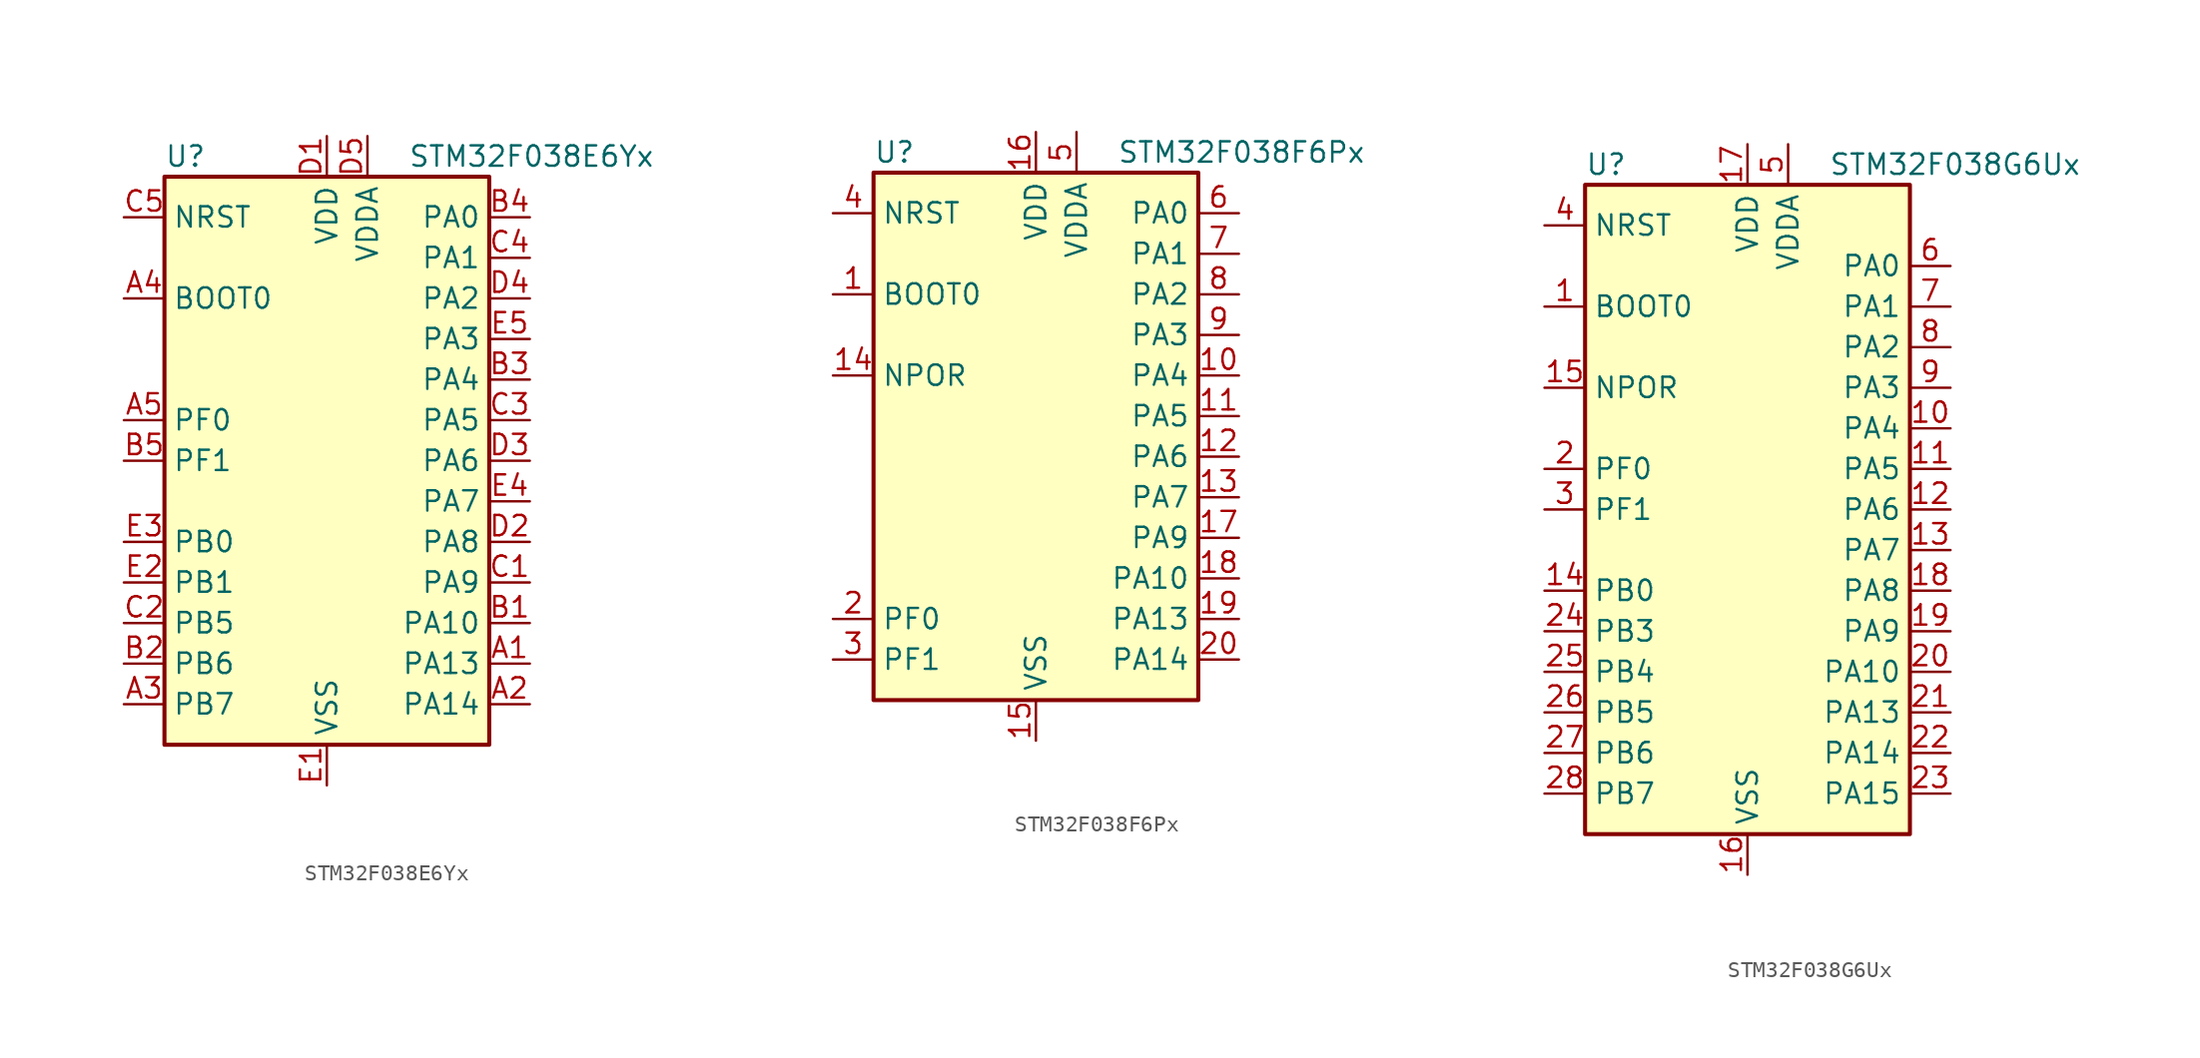
<source format=kicad_sym>
(kicad_symbol_lib
  (version 20201005)
  (generator kicad_symbol_editor)
  (symbol "MCU_ST_STM32F0:STM32F038E6Yx"
    (property "Reference" "U"
      (at -10.16 19.05 0)
      (effects (font (size 1.27 1.27)) (justify left)))
    (property "Value" "STM32F038E6Yx"
      (at 5.08 19.05 0)
      (effects (font (size 1.27 1.27)) (justify left)))
    (symbol "STM32F038E6Yx_0_1"
      (rectangle (start -10.16 -17.78) (end 10.16 17.78) (stroke (width 0.254)) (fill (type background))))
    (symbol "STM32F038E6Yx_1_1"
      (pin bidirectional line (at 12.7 -12.7 180) (length 2.54) (name "PA13" (effects (font (size 1.27 1.27)))) (number "A1" (effects (font (size 1.27 1.27)))))
      (pin bidirectional line (at 12.7 -15.24 180) (length 2.54) (name "PA14" (effects (font (size 1.27 1.27)))) (number "A2" (effects (font (size 1.27 1.27)))))
      (pin bidirectional line (at -12.7 -15.24 0) (length 2.54) (name "PB7" (effects (font (size 1.27 1.27)))) (number "A3" (effects (font (size 1.27 1.27)))))
      (pin input line (at -12.7 10.16 0) (length 2.54) (name "BOOT0" (effects (font (size 1.27 1.27)))) (number "A4" (effects (font (size 1.27 1.27)))))
      (pin input line (at -12.7 2.54 0) (length 2.54) (name "PF0" (effects (font (size 1.27 1.27)))) (number "A5" (effects (font (size 1.27 1.27)))))
      (pin bidirectional line (at 12.7 -10.16 180) (length 2.54) (name "PA10" (effects (font (size 1.27 1.27)))) (number "B1" (effects (font (size 1.27 1.27)))))
      (pin bidirectional line (at -12.7 -12.7 0) (length 2.54) (name "PB6" (effects (font (size 1.27 1.27)))) (number "B2" (effects (font (size 1.27 1.27)))))
      (pin bidirectional line (at 12.7 5.08 180) (length 2.54) (name "PA4" (effects (font (size 1.27 1.27)))) (number "B3" (effects (font (size 1.27 1.27)))))
      (pin bidirectional line (at 12.7 15.24 180) (length 2.54) (name "PA0" (effects (font (size 1.27 1.27)))) (number "B4" (effects (font (size 1.27 1.27)))))
      (pin input line (at -12.7 0 0) (length 2.54) (name "PF1" (effects (font (size 1.27 1.27)))) (number "B5" (effects (font (size 1.27 1.27)))))
      (pin bidirectional line (at 12.7 -7.62 180) (length 2.54) (name "PA9" (effects (font (size 1.27 1.27)))) (number "C1" (effects (font (size 1.27 1.27)))))
      (pin bidirectional line (at -12.7 -10.16 0) (length 2.54) (name "PB5" (effects (font (size 1.27 1.27)))) (number "C2" (effects (font (size 1.27 1.27)))))
      (pin bidirectional line (at 12.7 2.54 180) (length 2.54) (name "PA5" (effects (font (size 1.27 1.27)))) (number "C3" (effects (font (size 1.27 1.27)))))
      (pin bidirectional line (at 12.7 12.7 180) (length 2.54) (name "PA1" (effects (font (size 1.27 1.27)))) (number "C4" (effects (font (size 1.27 1.27)))))
      (pin input line (at -12.7 15.24 0) (length 2.54) (name "NRST" (effects (font (size 1.27 1.27)))) (number "C5" (effects (font (size 1.27 1.27)))))
      (pin power_in line (at 0 20.32 270) (length 2.54) (name "VDD" (effects (font (size 1.27 1.27)))) (number "D1" (effects (font (size 1.27 1.27)))))
      (pin bidirectional line (at 12.7 -5.08 180) (length 2.54) (name "PA8" (effects (font (size 1.27 1.27)))) (number "D2" (effects (font (size 1.27 1.27)))))
      (pin bidirectional line (at 12.7 0 180) (length 2.54) (name "PA6" (effects (font (size 1.27 1.27)))) (number "D3" (effects (font (size 1.27 1.27)))))
      (pin bidirectional line (at 12.7 10.16 180) (length 2.54) (name "PA2" (effects (font (size 1.27 1.27)))) (number "D4" (effects (font (size 1.27 1.27)))))
      (pin power_in line (at 2.54 20.32 270) (length 2.54) (name "VDDA" (effects (font (size 1.27 1.27)))) (number "D5" (effects (font (size 1.27 1.27)))))
      (pin power_in line (at 0 -20.32 90) (length 2.54) (name "VSS" (effects (font (size 1.27 1.27)))) (number "E1" (effects (font (size 1.27 1.27)))))
      (pin bidirectional line (at -12.7 -7.62 0) (length 2.54) (name "PB1" (effects (font (size 1.27 1.27)))) (number "E2" (effects (font (size 1.27 1.27)))))
      (pin bidirectional line (at -12.7 -5.08 0) (length 2.54) (name "PB0" (effects (font (size 1.27 1.27)))) (number "E3" (effects (font (size 1.27 1.27)))))
      (pin bidirectional line (at 12.7 -2.54 180) (length 2.54) (name "PA7" (effects (font (size 1.27 1.27)))) (number "E4" (effects (font (size 1.27 1.27)))))
      (pin bidirectional line (at 12.7 7.62 180) (length 2.54) (name "PA3" (effects (font (size 1.27 1.27)))) (number "E5" (effects (font (size 1.27 1.27)))))))
  (symbol "MCU_ST_STM32F0:STM32F038F6Px"
    (property "Reference" "U"
      (at -10.16 16.51 0)
      (effects (font (size 1.27 1.27)) (justify left)))
    (property "Value" "STM32F038F6Px"
      (at 5.08 16.51 0)
      (effects (font (size 1.27 1.27)) (justify left)))
    (symbol "STM32F038F6Px_0_1"
      (rectangle (start -10.16 -17.78) (end 10.16 15.24) (stroke (width 0.254)) (fill (type background))))
    (symbol "STM32F038F6Px_1_1"
      (pin input line (at -12.7 7.62 0) (length 2.54) (name "BOOT0" (effects (font (size 1.27 1.27)))) (number "1" (effects (font (size 1.27 1.27)))))
      (pin bidirectional line (at 12.7 2.54 180) (length 2.54) (name "PA4" (effects (font (size 1.27 1.27)))) (number "10" (effects (font (size 1.27 1.27)))))
      (pin bidirectional line (at 12.7 0 180) (length 2.54) (name "PA5" (effects (font (size 1.27 1.27)))) (number "11" (effects (font (size 1.27 1.27)))))
      (pin bidirectional line (at 12.7 -2.54 180) (length 2.54) (name "PA6" (effects (font (size 1.27 1.27)))) (number "12" (effects (font (size 1.27 1.27)))))
      (pin bidirectional line (at 12.7 -5.08 180) (length 2.54) (name "PA7" (effects (font (size 1.27 1.27)))) (number "13" (effects (font (size 1.27 1.27)))))
      (pin power_in line (at -12.7 2.54 0) (length 2.54) (name "NPOR" (effects (font (size 1.27 1.27)))) (number "14" (effects (font (size 1.27 1.27)))))
      (pin power_in line (at 0 -20.32 90) (length 2.54) (name "VSS" (effects (font (size 1.27 1.27)))) (number "15" (effects (font (size 1.27 1.27)))))
      (pin power_in line (at 0 17.78 270) (length 2.54) (name "VDD" (effects (font (size 1.27 1.27)))) (number "16" (effects (font (size 1.27 1.27)))))
      (pin bidirectional line (at 12.7 -7.62 180) (length 2.54) (name "PA9" (effects (font (size 1.27 1.27)))) (number "17" (effects (font (size 1.27 1.27)))))
      (pin bidirectional line (at 12.7 -10.16 180) (length 2.54) (name "PA10" (effects (font (size 1.27 1.27)))) (number "18" (effects (font (size 1.27 1.27)))))
      (pin bidirectional line (at 12.7 -12.7 180) (length 2.54) (name "PA13" (effects (font (size 1.27 1.27)))) (number "19" (effects (font (size 1.27 1.27)))))
      (pin input line (at -12.7 -12.7 0) (length 2.54) (name "PF0" (effects (font (size 1.27 1.27)))) (number "2" (effects (font (size 1.27 1.27)))))
      (pin bidirectional line (at 12.7 -15.24 180) (length 2.54) (name "PA14" (effects (font (size 1.27 1.27)))) (number "20" (effects (font (size 1.27 1.27)))))
      (pin input line (at -12.7 -15.24 0) (length 2.54) (name "PF1" (effects (font (size 1.27 1.27)))) (number "3" (effects (font (size 1.27 1.27)))))
      (pin input line (at -12.7 12.7 0) (length 2.54) (name "NRST" (effects (font (size 1.27 1.27)))) (number "4" (effects (font (size 1.27 1.27)))))
      (pin power_in line (at 2.54 17.78 270) (length 2.54) (name "VDDA" (effects (font (size 1.27 1.27)))) (number "5" (effects (font (size 1.27 1.27)))))
      (pin bidirectional line (at 12.7 12.7 180) (length 2.54) (name "PA0" (effects (font (size 1.27 1.27)))) (number "6" (effects (font (size 1.27 1.27)))))
      (pin bidirectional line (at 12.7 10.16 180) (length 2.54) (name "PA1" (effects (font (size 1.27 1.27)))) (number "7" (effects (font (size 1.27 1.27)))))
      (pin bidirectional line (at 12.7 7.62 180) (length 2.54) (name "PA2" (effects (font (size 1.27 1.27)))) (number "8" (effects (font (size 1.27 1.27)))))
      (pin bidirectional line (at 12.7 5.08 180) (length 2.54) (name "PA3" (effects (font (size 1.27 1.27)))) (number "9" (effects (font (size 1.27 1.27)))))))
  (symbol "MCU_ST_STM32F0:STM32F038G6Ux"
    (property "Reference" "U"
      (at -10.16 21.59 0)
      (effects (font (size 1.27 1.27)) (justify left)))
    (property "Value" "STM32F038G6Ux"
      (at 5.08 21.59 0)
      (effects (font (size 1.27 1.27)) (justify left)))
    (symbol "STM32F038G6Ux_0_1"
      (rectangle (start -10.16 -20.32) (end 10.16 20.32) (stroke (width 0.254)) (fill (type background))))
    (symbol "STM32F038G6Ux_1_1"
      (pin input line (at -12.7 12.7 0) (length 2.54) (name "BOOT0" (effects (font (size 1.27 1.27)))) (number "1" (effects (font (size 1.27 1.27)))))
      (pin bidirectional line (at 12.7 5.08 180) (length 2.54) (name "PA4" (effects (font (size 1.27 1.27)))) (number "10" (effects (font (size 1.27 1.27)))))
      (pin bidirectional line (at 12.7 2.54 180) (length 2.54) (name "PA5" (effects (font (size 1.27 1.27)))) (number "11" (effects (font (size 1.27 1.27)))))
      (pin bidirectional line (at 12.7 0 180) (length 2.54) (name "PA6" (effects (font (size 1.27 1.27)))) (number "12" (effects (font (size 1.27 1.27)))))
      (pin bidirectional line (at 12.7 -2.54 180) (length 2.54) (name "PA7" (effects (font (size 1.27 1.27)))) (number "13" (effects (font (size 1.27 1.27)))))
      (pin bidirectional line (at -12.7 -5.08 0) (length 2.54) (name "PB0" (effects (font (size 1.27 1.27)))) (number "14" (effects (font (size 1.27 1.27)))))
      (pin power_in line (at -12.7 7.62 0) (length 2.54) (name "NPOR" (effects (font (size 1.27 1.27)))) (number "15" (effects (font (size 1.27 1.27)))))
      (pin power_in line (at 0 -22.86 90) (length 2.54) (name "VSS" (effects (font (size 1.27 1.27)))) (number "16" (effects (font (size 1.27 1.27)))))
      (pin power_in line (at 0 22.86 270) (length 2.54) (name "VDD" (effects (font (size 1.27 1.27)))) (number "17" (effects (font (size 1.27 1.27)))))
      (pin bidirectional line (at 12.7 -5.08 180) (length 2.54) (name "PA8" (effects (font (size 1.27 1.27)))) (number "18" (effects (font (size 1.27 1.27)))))
      (pin bidirectional line (at 12.7 -7.62 180) (length 2.54) (name "PA9" (effects (font (size 1.27 1.27)))) (number "19" (effects (font (size 1.27 1.27)))))
      (pin input line (at -12.7 2.54 0) (length 2.54) (name "PF0" (effects (font (size 1.27 1.27)))) (number "2" (effects (font (size 1.27 1.27)))))
      (pin bidirectional line (at 12.7 -10.16 180) (length 2.54) (name "PA10" (effects (font (size 1.27 1.27)))) (number "20" (effects (font (size 1.27 1.27)))))
      (pin bidirectional line (at 12.7 -12.7 180) (length 2.54) (name "PA13" (effects (font (size 1.27 1.27)))) (number "21" (effects (font (size 1.27 1.27)))))
      (pin bidirectional line (at 12.7 -15.24 180) (length 2.54) (name "PA14" (effects (font (size 1.27 1.27)))) (number "22" (effects (font (size 1.27 1.27)))))
      (pin bidirectional line (at 12.7 -17.78 180) (length 2.54) (name "PA15" (effects (font (size 1.27 1.27)))) (number "23" (effects (font (size 1.27 1.27)))))
      (pin bidirectional line (at -12.7 -7.62 0) (length 2.54) (name "PB3" (effects (font (size 1.27 1.27)))) (number "24" (effects (font (size 1.27 1.27)))))
      (pin bidirectional line (at -12.7 -10.16 0) (length 2.54) (name "PB4" (effects (font (size 1.27 1.27)))) (number "25" (effects (font (size 1.27 1.27)))))
      (pin bidirectional line (at -12.7 -12.7 0) (length 2.54) (name "PB5" (effects (font (size 1.27 1.27)))) (number "26" (effects (font (size 1.27 1.27)))))
      (pin bidirectional line (at -12.7 -15.24 0) (length 2.54) (name "PB6" (effects (font (size 1.27 1.27)))) (number "27" (effects (font (size 1.27 1.27)))))
      (pin bidirectional line (at -12.7 -17.78 0) (length 2.54) (name "PB7" (effects (font (size 1.27 1.27)))) (number "28" (effects (font (size 1.27 1.27)))))
      (pin input line (at -12.7 0 0) (length 2.54) (name "PF1" (effects (font (size 1.27 1.27)))) (number "3" (effects (font (size 1.27 1.27)))))
      (pin input line (at -12.7 17.78 0) (length 2.54) (name "NRST" (effects (font (size 1.27 1.27)))) (number "4" (effects (font (size 1.27 1.27)))))
      (pin power_in line (at 2.54 22.86 270) (length 2.54) (name "VDDA" (effects (font (size 1.27 1.27)))) (number "5" (effects (font (size 1.27 1.27)))))
      (pin bidirectional line (at 12.7 15.24 180) (length 2.54) (name "PA0" (effects (font (size 1.27 1.27)))) (number "6" (effects (font (size 1.27 1.27)))))
      (pin bidirectional line (at 12.7 12.7 180) (length 2.54) (name "PA1" (effects (font (size 1.27 1.27)))) (number "7" (effects (font (size 1.27 1.27)))))
      (pin bidirectional line (at 12.7 10.16 180) (length 2.54) (name "PA2" (effects (font (size 1.27 1.27)))) (number "8" (effects (font (size 1.27 1.27)))))
      (pin bidirectional line (at 12.7 7.62 180) (length 2.54) (name "PA3" (effects (font (size 1.27 1.27)))) (number "9" (effects (font (size 1.27 1.27))))))))
</source>
